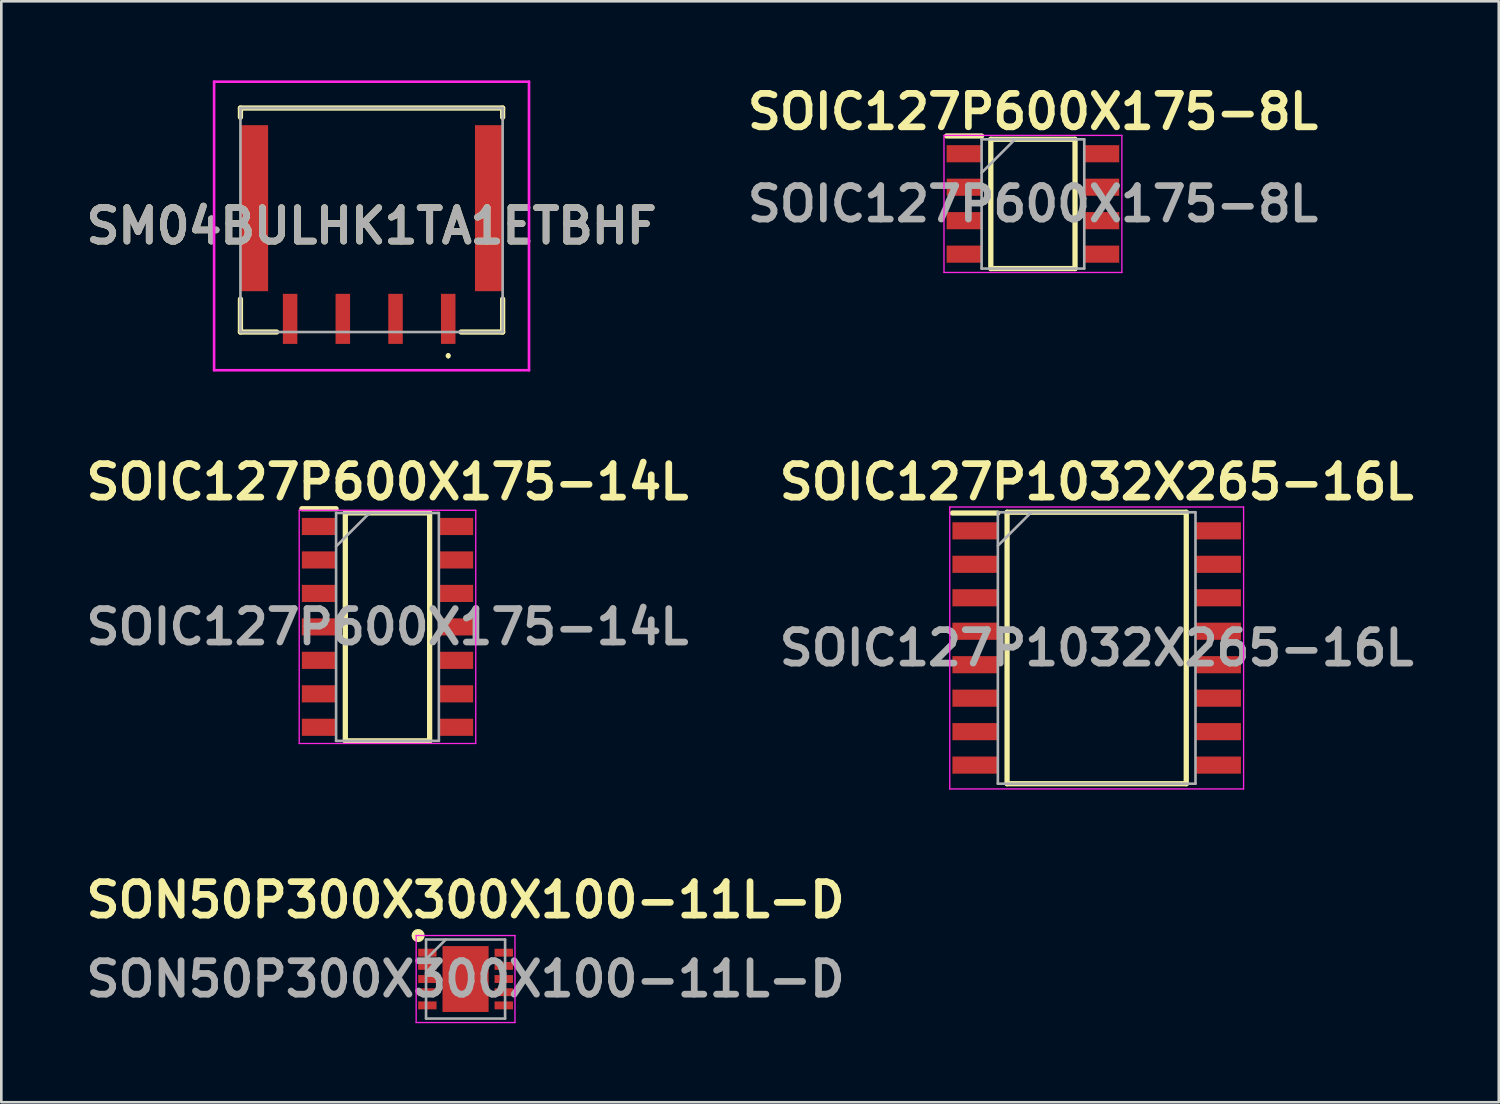
<source format=kicad_pcb>
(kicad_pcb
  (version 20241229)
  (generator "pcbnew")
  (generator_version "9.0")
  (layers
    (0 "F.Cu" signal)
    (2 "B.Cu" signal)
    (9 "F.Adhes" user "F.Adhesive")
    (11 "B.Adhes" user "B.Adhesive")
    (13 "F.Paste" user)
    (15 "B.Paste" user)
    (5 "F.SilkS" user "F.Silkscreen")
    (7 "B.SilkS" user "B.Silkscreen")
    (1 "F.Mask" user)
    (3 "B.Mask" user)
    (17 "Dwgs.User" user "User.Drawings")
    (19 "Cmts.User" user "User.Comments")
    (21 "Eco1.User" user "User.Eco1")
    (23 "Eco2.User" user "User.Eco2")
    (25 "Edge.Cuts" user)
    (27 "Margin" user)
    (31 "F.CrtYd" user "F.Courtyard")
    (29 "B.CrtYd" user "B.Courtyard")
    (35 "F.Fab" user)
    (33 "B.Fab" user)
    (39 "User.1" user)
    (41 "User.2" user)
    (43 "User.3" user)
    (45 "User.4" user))
  (footprint "SM04BULHK1TA1ETBHF"
    (layer "F.Cu")
    (at 11.049 5.3)
    (property "Reference" "SM04BULHK1TA1ETBHF" (at 0 0.225 0) (layer "F.SilkS") (effects (font (size 1.27 1.27) (thickness 0.254))))
    (attr smd)
    (fp_line (start -4.975 -4.25) (end -4.975 -3.9) (stroke (width 0.2) (type solid)) (layer "F.SilkS"))
    (fp_line (start -4.975 3) (end -4.975 4.25) (stroke (width 0.2) (type solid)) (layer "F.SilkS"))
    (fp_line (start -4.975 4.25) (end -3.6 4.25) (stroke (width 0.2) (type solid)) (layer "F.SilkS"))
    (fp_line (start 2.91 5.1) (end 2.91 5.1) (stroke (width 0.1) (type solid)) (layer "F.SilkS"))
    (fp_line (start 2.91 5.2) (end 2.91 5.2) (stroke (width 0.1) (type solid)) (layer "F.SilkS"))
    (fp_line (start 4.975 -4.25) (end -4.975 -4.25) (stroke (width 0.2) (type solid)) (layer "F.SilkS"))
    (fp_line (start 4.975 -3.9) (end 4.975 -4.25) (stroke (width 0.2) (type solid)) (layer "F.SilkS"))
    (fp_line (start 4.975 3) (end 4.975 4.25) (stroke (width 0.2) (type solid)) (layer "F.SilkS"))
    (fp_line (start 4.975 4.25) (end 3.4 4.25) (stroke (width 0.2) (type solid)) (layer "F.SilkS"))
    (fp_arc (start 2.91 5.1) (mid 2.96 5.15) (end 2.91 5.2) (stroke (width 0.1) (type solid)) (layer "F.SilkS"))
    (fp_arc (start 2.91 5.2) (mid 2.86 5.15) (end 2.91 5.1) (stroke (width 0.1) (type solid)) (layer "F.SilkS"))
    (fp_line (start -5.975 -5.25) (end 5.975 -5.25) (stroke (width 0.1) (type solid)) (layer "F.CrtYd"))
    (fp_line (start -5.975 5.7) (end -5.975 -5.25) (stroke (width 0.1) (type solid)) (layer "F.CrtYd"))
    (fp_line (start 5.975 -5.25) (end 5.975 5.7) (stroke (width 0.1) (type solid)) (layer "F.CrtYd"))
    (fp_line (start 5.975 5.7) (end -5.975 5.7) (stroke (width 0.1) (type solid)) (layer "F.CrtYd"))
    (fp_line (start -4.975 -4.25) (end 4.975 -4.25) (stroke (width 0.1) (type solid)) (layer "F.Fab"))
    (fp_line (start -4.975 4.25) (end -4.975 -4.25) (stroke (width 0.1) (type solid)) (layer "F.Fab"))
    (fp_line (start 4.975 -4.25) (end 4.975 4.25) (stroke (width 0.1) (type solid)) (layer "F.Fab"))
    (fp_line (start 4.975 4.25) (end -4.975 4.25) (stroke (width 0.1) (type solid)) (layer "F.Fab"))
    (fp_text user "${REFERENCE}" (at 0 0.225 0) (layer "F.Fab") (effects (font (size 1.27 1.27) (thickness 0.254))))
    (pad "1" smd rect (at 2.91 3.75) (size 0.55 1.9) (layers "F.Cu" "F.Mask" "F.Paste"))
    (pad "2" smd rect (at 0.91 3.75) (size 0.55 1.9) (layers "F.Cu" "F.Mask" "F.Paste"))
    (pad "3" smd rect (at -1.09 3.75) (size 0.55 1.9) (layers "F.Cu" "F.Mask" "F.Paste"))
    (pad "4" smd rect (at -3.09 3.75) (size 0.55 1.9) (layers "F.Cu" "F.Mask" "F.Paste"))
    (pad "5" smd rect (at -4.45 -0.45) (size 1.05 6.3) (layers "F.Cu" "F.Mask" "F.Paste"))
    (pad "6" smd rect (at 4.45 -0.45) (size 1.05 6.3) (layers "F.Cu" "F.Mask" "F.Paste")))
  (footprint "SON50P300X300X100-11L-D"
    (layer "F.Cu")
    (at 14.617 34.102)
    (property "Reference" "SON50P300X300X100-11L-D" (at 0 -3 0) (layer "F.SilkS") (effects (font (size 1.27 1.27) (thickness 0.254))))
    (attr smd)
    (fp_circle (center -1.8 -1.65) (end -1.8 -1.525) (stroke (width 0.25) (type solid)) (fill no) (layer "F.SilkS"))
    (fp_line (start -1.875 -1.65) (end 1.875 -1.65) (stroke (width 0.05) (type solid)) (layer "F.CrtYd"))
    (fp_line (start -1.875 1.65) (end -1.875 -1.65) (stroke (width 0.05) (type solid)) (layer "F.CrtYd"))
    (fp_line (start 1.875 -1.65) (end 1.875 1.65) (stroke (width 0.05) (type solid)) (layer "F.CrtYd"))
    (fp_line (start 1.875 1.65) (end -1.875 1.65) (stroke (width 0.05) (type solid)) (layer "F.CrtYd"))
    (fp_line (start -1.5 -1.5) (end 1.5 -1.5) (stroke (width 0.1) (type solid)) (layer "F.Fab"))
    (fp_line (start -1.5 -0.75) (end -0.75 -1.5) (stroke (width 0.1) (type solid)) (layer "F.Fab"))
    (fp_line (start -1.5 1.5) (end -1.5 -1.5) (stroke (width 0.1) (type solid)) (layer "F.Fab"))
    (fp_line (start 1.5 -1.5) (end 1.5 1.5) (stroke (width 0.1) (type solid)) (layer "F.Fab"))
    (fp_line (start 1.5 1.5) (end -1.5 1.5) (stroke (width 0.1) (type solid)) (layer "F.Fab"))
    (fp_text user "${REFERENCE}" (at 0 0 0) (layer "F.Fab") (effects (font (size 1.27 1.27) (thickness 0.254))))
    (pad "1" smd rect (at -1.45 -1 90) (size 0.3 0.7) (layers "F.Cu" "F.Mask" "F.Paste"))
    (pad "2" smd rect (at -1.45 -0.5 90) (size 0.3 0.7) (layers "F.Cu" "F.Mask" "F.Paste"))
    (pad "3" smd rect (at -1.45 0 90) (size 0.3 0.7) (layers "F.Cu" "F.Mask" "F.Paste"))
    (pad "4" smd rect (at -1.45 0.5 90) (size 0.3 0.7) (layers "F.Cu" "F.Mask" "F.Paste"))
    (pad "5" smd rect (at -1.45 1 90) (size 0.3 0.7) (layers "F.Cu" "F.Mask" "F.Paste"))
    (pad "6" smd rect (at 1.45 1 90) (size 0.3 0.7) (layers "F.Cu" "F.Mask" "F.Paste"))
    (pad "7" smd rect (at 1.45 0.5 90) (size 0.3 0.7) (layers "F.Cu" "F.Mask" "F.Paste"))
    (pad "8" smd rect (at 1.45 0 90) (size 0.3 0.7) (layers "F.Cu" "F.Mask" "F.Paste"))
    (pad "9" smd rect (at 1.45 -0.5 90) (size 0.3 0.7) (layers "F.Cu" "F.Mask" "F.Paste"))
    (pad "10" smd rect (at 1.45 -1 90) (size 0.3 0.7) (layers "F.Cu" "F.Mask" "F.Paste"))
    (pad "11" smd rect (at 0 0) (size 1.75 2.5) (layers "F.Cu" "F.Mask" "F.Paste")))
  (footprint "SOIC127P600X175-8L"
    (layer "F.Cu")
    (at 36.147 4.689)
    (property "Reference" "SOIC127P600X175-8L" (at 0 -3.5 0) (layer "F.SilkS") (effects (font (size 1.27 1.27) (thickness 0.254))))
    (attr smd)
    (fp_line (start -3.275 -2.58) (end -1.948 -2.58) (stroke (width 0.2) (type solid)) (layer "F.SilkS"))
    (fp_line (start -1.598 -2.452) (end 1.598 -2.452) (stroke (width 0.2) (type solid)) (layer "F.SilkS"))
    (fp_line (start -1.598 2.452) (end -1.598 -2.452) (stroke (width 0.2) (type solid)) (layer "F.SilkS"))
    (fp_line (start 1.598 -2.452) (end 1.598 2.452) (stroke (width 0.2) (type solid)) (layer "F.SilkS"))
    (fp_line (start 1.598 2.452) (end -1.598 2.452) (stroke (width 0.2) (type solid)) (layer "F.SilkS"))
    (fp_line (start -3.375 -2.6) (end 3.375 -2.6) (stroke (width 0.05) (type solid)) (layer "F.CrtYd"))
    (fp_line (start -3.375 2.6) (end -3.375 -2.6) (stroke (width 0.05) (type solid)) (layer "F.CrtYd"))
    (fp_line (start 3.375 -2.6) (end 3.375 2.6) (stroke (width 0.05) (type solid)) (layer "F.CrtYd"))
    (fp_line (start 3.375 2.6) (end -3.375 2.6) (stroke (width 0.05) (type solid)) (layer "F.CrtYd"))
    (fp_line (start -1.948 -2.452) (end 1.948 -2.452) (stroke (width 0.1) (type solid)) (layer "F.Fab"))
    (fp_line (start -1.948 -1.182) (end -0.678 -2.452) (stroke (width 0.1) (type solid)) (layer "F.Fab"))
    (fp_line (start -1.948 2.452) (end -1.948 -2.452) (stroke (width 0.1) (type solid)) (layer "F.Fab"))
    (fp_line (start 1.948 -2.452) (end 1.948 2.452) (stroke (width 0.1) (type solid)) (layer "F.Fab"))
    (fp_line (start 1.948 2.452) (end -1.948 2.452) (stroke (width 0.1) (type solid)) (layer "F.Fab"))
    (fp_text user "${REFERENCE}" (at 0 0 0) (layer "F.Fab") (effects (font (size 1.27 1.27) (thickness 0.254))))
    (pad "1" smd rect (at -2.611 -1.905 90) (size 0.65 1.328) (layers "F.Cu" "F.Mask" "F.Paste"))
    (pad "2" smd rect (at -2.611 -0.635 90) (size 0.65 1.328) (layers "F.Cu" "F.Mask" "F.Paste"))
    (pad "3" smd rect (at -2.611 0.635 90) (size 0.65 1.328) (layers "F.Cu" "F.Mask" "F.Paste"))
    (pad "4" smd rect (at -2.611 1.905 90) (size 0.65 1.328) (layers "F.Cu" "F.Mask" "F.Paste"))
    (pad "5" smd rect (at 2.611 1.905 90) (size 0.65 1.328) (layers "F.Cu" "F.Mask" "F.Paste"))
    (pad "6" smd rect (at 2.611 0.635 90) (size 0.65 1.328) (layers "F.Cu" "F.Mask" "F.Paste"))
    (pad "7" smd rect (at 2.611 -0.635 90) (size 0.65 1.328) (layers "F.Cu" "F.Mask" "F.Paste"))
    (pad "8" smd rect (at 2.611 -1.905 90) (size 0.65 1.328) (layers "F.Cu" "F.Mask" "F.Paste")))
  (footprint "SOIC127P600X175-14L"
    (layer "F.Cu")
    (at 11.654 20.739)
    (property "Reference" "SOIC127P600X175-14L" (at 0 -5.5 0) (layer "F.SilkS") (effects (font (size 1.27 1.27) (thickness 0.254))))
    (attr smd)
    (fp_line (start -3.25 -4.485) (end -1.95 -4.485) (stroke (width 0.2) (type solid)) (layer "F.SilkS"))
    (fp_line (start -1.6 -4.325) (end 1.6 -4.325) (stroke (width 0.2) (type solid)) (layer "F.SilkS"))
    (fp_line (start -1.6 4.325) (end -1.6 -4.325) (stroke (width 0.2) (type solid)) (layer "F.SilkS"))
    (fp_line (start 1.6 -4.325) (end 1.6 4.325) (stroke (width 0.2) (type solid)) (layer "F.SilkS"))
    (fp_line (start 1.6 4.325) (end -1.6 4.325) (stroke (width 0.2) (type solid)) (layer "F.SilkS"))
    (fp_line (start -3.35 -4.425) (end 3.35 -4.425) (stroke (width 0.05) (type solid)) (layer "F.CrtYd"))
    (fp_line (start -3.35 4.425) (end -3.35 -4.425) (stroke (width 0.05) (type solid)) (layer "F.CrtYd"))
    (fp_line (start 3.35 -4.425) (end 3.35 4.425) (stroke (width 0.05) (type solid)) (layer "F.CrtYd"))
    (fp_line (start 3.35 4.425) (end -3.35 4.425) (stroke (width 0.05) (type solid)) (layer "F.CrtYd"))
    (fp_line (start -1.95 -4.325) (end 1.95 -4.325) (stroke (width 0.1) (type solid)) (layer "F.Fab"))
    (fp_line (start -1.95 -3.055) (end -0.68 -4.325) (stroke (width 0.1) (type solid)) (layer "F.Fab"))
    (fp_line (start -1.95 4.325) (end -1.95 -4.325) (stroke (width 0.1) (type solid)) (layer "F.Fab"))
    (fp_line (start 1.95 -4.325) (end 1.95 4.325) (stroke (width 0.1) (type solid)) (layer "F.Fab"))
    (fp_line (start 1.95 4.325) (end -1.95 4.325) (stroke (width 0.1) (type solid)) (layer "F.Fab"))
    (fp_text user "${REFERENCE}" (at 0 0 0) (layer "F.Fab") (effects (font (size 1.27 1.27) (thickness 0.254))))
    (pad "1" smd rect (at -2.6 -3.81 90) (size 0.65 1.3) (layers "F.Cu" "F.Mask" "F.Paste"))
    (pad "2" smd rect (at -2.6 -2.54 90) (size 0.65 1.3) (layers "F.Cu" "F.Mask" "F.Paste"))
    (pad "3" smd rect (at -2.6 -1.27 90) (size 0.65 1.3) (layers "F.Cu" "F.Mask" "F.Paste"))
    (pad "4" smd rect (at -2.6 0 90) (size 0.65 1.3) (layers "F.Cu" "F.Mask" "F.Paste"))
    (pad "5" smd rect (at -2.6 1.27 90) (size 0.65 1.3) (layers "F.Cu" "F.Mask" "F.Paste"))
    (pad "6" smd rect (at -2.6 2.54 90) (size 0.65 1.3) (layers "F.Cu" "F.Mask" "F.Paste"))
    (pad "7" smd rect (at -2.6 3.81 90) (size 0.65 1.3) (layers "F.Cu" "F.Mask" "F.Paste"))
    (pad "8" smd rect (at 2.6 3.81 90) (size 0.65 1.3) (layers "F.Cu" "F.Mask" "F.Paste"))
    (pad "9" smd rect (at 2.6 2.54 90) (size 0.65 1.3) (layers "F.Cu" "F.Mask" "F.Paste"))
    (pad "10" smd rect (at 2.6 1.27 90) (size 0.65 1.3) (layers "F.Cu" "F.Mask" "F.Paste"))
    (pad "11" smd rect (at 2.6 0 90) (size 0.65 1.3) (layers "F.Cu" "F.Mask" "F.Paste"))
    (pad "12" smd rect (at 2.6 -1.27 90) (size 0.65 1.3) (layers "F.Cu" "F.Mask" "F.Paste"))
    (pad "13" smd rect (at 2.6 -2.54 90) (size 0.65 1.3) (layers "F.Cu" "F.Mask" "F.Paste"))
    (pad "14" smd rect (at 2.6 -3.81 90) (size 0.65 1.3) (layers "F.Cu" "F.Mask" "F.Paste")))
  (footprint "SOIC127P1032X265-16L"
    (layer "F.Cu")
    (at 38.566 21.539)
    (property "Reference" "SOIC127P1032X265-16L" (at 0 -6.3 0) (layer "F.SilkS") (effects (font (size 1.27 1.27) (thickness 0.254))))
    (attr smd)
    (fp_line (start -5.475 -5.12) (end -3.75 -5.12) (stroke (width 0.2) (type solid)) (layer "F.SilkS"))
    (fp_line (start -3.4 -5.15) (end 3.4 -5.15) (stroke (width 0.2) (type solid)) (layer "F.SilkS"))
    (fp_line (start -3.4 5.15) (end -3.4 -5.15) (stroke (width 0.2) (type solid)) (layer "F.SilkS"))
    (fp_line (start 3.4 -5.15) (end 3.4 5.15) (stroke (width 0.2) (type solid)) (layer "F.SilkS"))
    (fp_line (start 3.4 5.15) (end -3.4 5.15) (stroke (width 0.2) (type solid)) (layer "F.SilkS"))
    (fp_line (start -5.575 -5.35) (end 5.575 -5.35) (stroke (width 0.05) (type solid)) (layer "F.CrtYd"))
    (fp_line (start -5.575 5.35) (end -5.575 -5.35) (stroke (width 0.05) (type solid)) (layer "F.CrtYd"))
    (fp_line (start 5.575 -5.35) (end 5.575 5.35) (stroke (width 0.05) (type solid)) (layer "F.CrtYd"))
    (fp_line (start 5.575 5.35) (end -5.575 5.35) (stroke (width 0.05) (type solid)) (layer "F.CrtYd"))
    (fp_line (start -3.75 -5.15) (end 3.75 -5.15) (stroke (width 0.1) (type solid)) (layer "F.Fab"))
    (fp_line (start -3.75 -3.88) (end -2.48 -5.15) (stroke (width 0.1) (type solid)) (layer "F.Fab"))
    (fp_line (start -3.75 5.15) (end -3.75 -5.15) (stroke (width 0.1) (type solid)) (layer "F.Fab"))
    (fp_line (start 3.75 -5.15) (end 3.75 5.15) (stroke (width 0.1) (type solid)) (layer "F.Fab"))
    (fp_line (start 3.75 5.15) (end -3.75 5.15) (stroke (width 0.1) (type solid)) (layer "F.Fab"))
    (fp_text user "${REFERENCE}" (at 0 0 0) (layer "F.Fab") (effects (font (size 1.27 1.27) (thickness 0.254))))
    (pad "1" smd rect (at -4.612 -4.445 90) (size 0.65 1.725) (layers "F.Cu" "F.Mask" "F.Paste"))
    (pad "2" smd rect (at -4.612 -3.175 90) (size 0.65 1.725) (layers "F.Cu" "F.Mask" "F.Paste"))
    (pad "3" smd rect (at -4.612 -1.905 90) (size 0.65 1.725) (layers "F.Cu" "F.Mask" "F.Paste"))
    (pad "4" smd rect (at -4.612 -0.635 90) (size 0.65 1.725) (layers "F.Cu" "F.Mask" "F.Paste"))
    (pad "5" smd rect (at -4.612 0.635 90) (size 0.65 1.725) (layers "F.Cu" "F.Mask" "F.Paste"))
    (pad "6" smd rect (at -4.612 1.905 90) (size 0.65 1.725) (layers "F.Cu" "F.Mask" "F.Paste"))
    (pad "7" smd rect (at -4.612 3.175 90) (size 0.65 1.725) (layers "F.Cu" "F.Mask" "F.Paste"))
    (pad "8" smd rect (at -4.612 4.445 90) (size 0.65 1.725) (layers "F.Cu" "F.Mask" "F.Paste"))
    (pad "9" smd rect (at 4.612 4.445 90) (size 0.65 1.725) (layers "F.Cu" "F.Mask" "F.Paste"))
    (pad "10" smd rect (at 4.612 3.175 90) (size 0.65 1.725) (layers "F.Cu" "F.Mask" "F.Paste"))
    (pad "11" smd rect (at 4.612 1.905 90) (size 0.65 1.725) (layers "F.Cu" "F.Mask" "F.Paste"))
    (pad "12" smd rect (at 4.612 0.635 90) (size 0.65 1.725) (layers "F.Cu" "F.Mask" "F.Paste"))
    (pad "13" smd rect (at 4.612 -0.635 90) (size 0.65 1.725) (layers "F.Cu" "F.Mask" "F.Paste"))
    (pad "14" smd rect (at 4.612 -1.905 90) (size 0.65 1.725) (layers "F.Cu" "F.Mask" "F.Paste"))
    (pad "15" smd rect (at 4.612 -3.175 90) (size 0.65 1.725) (layers "F.Cu" "F.Mask" "F.Paste"))
    (pad "16" smd rect (at 4.612 -4.445 90) (size 0.65 1.725) (layers "F.Cu" "F.Mask" "F.Paste")))
  (gr_rect
    (start -3 -3)
    (end 53.825 38.777)
    (stroke (width 0.1) (type default))
    (fill no)
    (layer "Edge.Cuts")))
</source>
